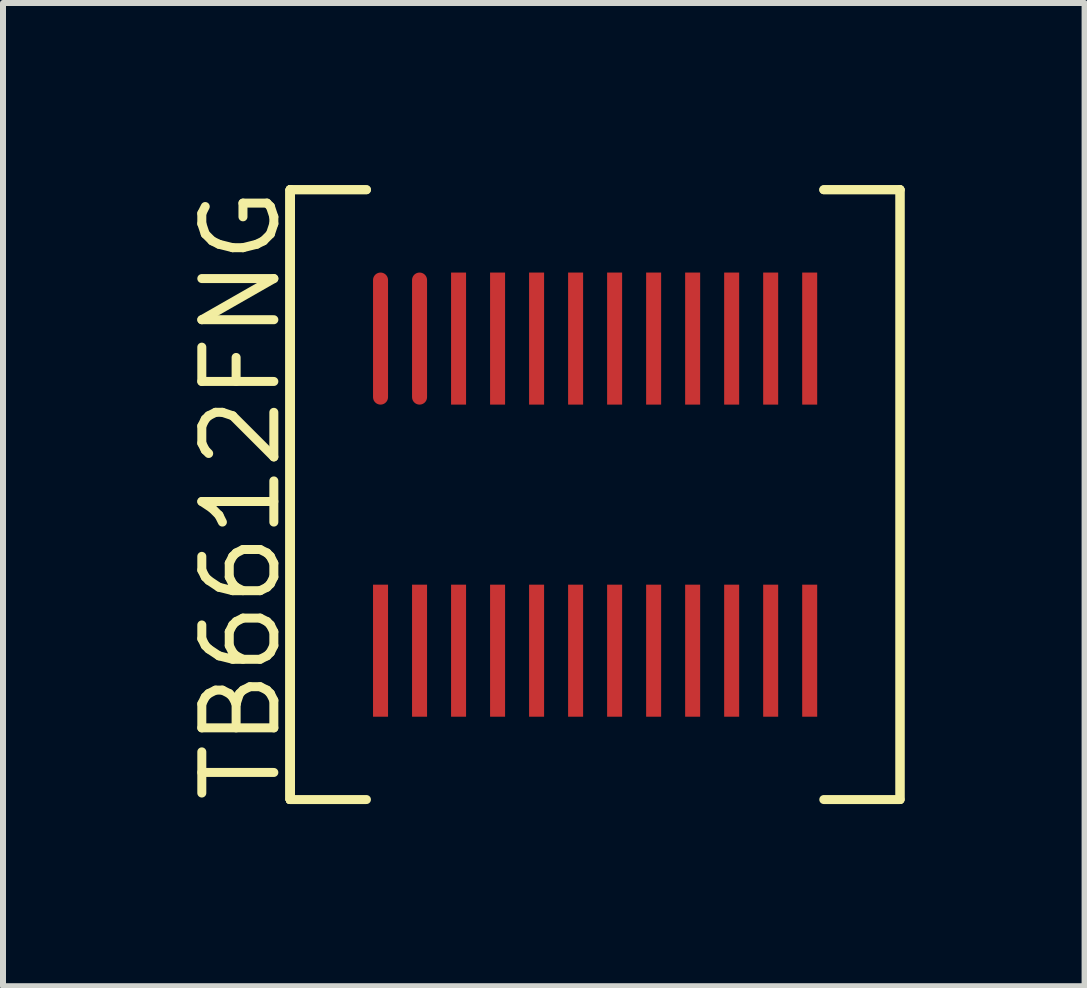
<source format=kicad_pcb>
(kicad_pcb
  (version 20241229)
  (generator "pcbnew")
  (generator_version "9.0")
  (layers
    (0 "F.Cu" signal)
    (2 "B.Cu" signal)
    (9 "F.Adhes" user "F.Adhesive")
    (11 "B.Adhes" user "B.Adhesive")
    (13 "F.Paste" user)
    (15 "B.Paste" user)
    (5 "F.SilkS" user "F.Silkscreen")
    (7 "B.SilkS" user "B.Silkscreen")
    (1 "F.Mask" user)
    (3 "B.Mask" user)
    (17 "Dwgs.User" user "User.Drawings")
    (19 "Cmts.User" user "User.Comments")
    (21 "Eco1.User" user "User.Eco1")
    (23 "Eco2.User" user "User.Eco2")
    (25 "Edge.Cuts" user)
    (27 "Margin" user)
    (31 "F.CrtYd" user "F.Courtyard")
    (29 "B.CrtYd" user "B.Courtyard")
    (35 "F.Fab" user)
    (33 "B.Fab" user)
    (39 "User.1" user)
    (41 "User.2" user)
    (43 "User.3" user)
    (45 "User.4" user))
  (footprint "TB6612FNG"
    (layer "F.Cu")
    (at 6.865 5.191)
    (property "Reference" "TB6612FNG" (at -5.9 0 90) (layer "F.SilkS") (effects (font (size 1.2 1.2) (thickness 0.15))))
    (attr through_hole)
    (fp_line (start -5.08 -5.08) (end -5.08 5.08) (stroke (width 0.15) (type solid)) (layer "F.SilkS"))
    (fp_line (start -5.08 -5.08) (end -5.08 5.08) (stroke (width 0.15) (type solid)) (layer "F.SilkS"))
    (fp_line (start -5.08 -5.08) (end -5.08 5.08) (stroke (width 0.15) (type solid)) (layer "F.SilkS"))
    (fp_line (start -5.08 -5.08) (end -5.08 5.08) (stroke (width 0.15) (type solid)) (layer "F.SilkS"))
    (fp_line (start -5.08 5.08) (end -5.08 -5.08) (stroke (width 0.15) (type solid)) (layer "F.SilkS"))
    (fp_line (start -5.08 5.08) (end -5.08 -5.08) (stroke (width 0.15) (type solid)) (layer "F.SilkS"))
    (fp_line (start -5.08 5.08) (end -5.08 -5.08) (stroke (width 0.15) (type solid)) (layer "F.SilkS"))
    (fp_line (start -3.81 -5.08) (end -5.08 -5.08) (stroke (width 0.15) (type solid)) (layer "F.SilkS"))
    (fp_line (start -3.81 -5.08) (end -5.08 -5.08) (stroke (width 0.15) (type solid)) (layer "F.SilkS"))
    (fp_line (start -3.81 5.08) (end -5.08 5.08) (stroke (width 0.15) (type solid)) (layer "F.SilkS"))
    (fp_line (start 3.81 -5.08) (end 5.08 -5.08) (stroke (width 0.15) (type solid)) (layer "F.SilkS"))
    (fp_line (start 3.81 5.08) (end 5.08 5.08) (stroke (width 0.15) (type solid)) (layer "F.SilkS"))
    (fp_line (start 5.08 -5.08) (end 3.81 -5.08) (stroke (width 0.15) (type solid)) (layer "F.SilkS"))
    (fp_line (start 5.08 -5.08) (end 5.08 5.08) (stroke (width 0.15) (type solid)) (layer "F.SilkS"))
    (fp_line (start 5.08 5.08) (end 5.08 -5.08) (stroke (width 0.15) (type solid)) (layer "F.SilkS"))
    (pad "1" smd rect (at -3.575 2.6) (size 0.25 2.2) (layers "F.Cu" "F.Mask" "F.Paste"))
    (pad "2" smd rect (at -2.925 2.6) (size 0.25 2.2) (layers "F.Cu" "F.Mask" "F.Paste"))
    (pad "3" smd rect (at -2.275 2.6) (size 0.25 2.2) (layers "F.Cu" "F.Mask" "F.Paste"))
    (pad "4" smd rect (at -1.625 2.6) (size 0.25 2.2) (layers "F.Cu" "F.Mask" "F.Paste"))
    (pad "5" smd rect (at -0.975 2.6) (size 0.25 2.2) (layers "F.Cu" "F.Mask" "F.Paste"))
    (pad "6" smd rect (at -0.325 2.6) (size 0.25 2.2) (layers "F.Cu" "F.Mask" "F.Paste"))
    (pad "7" smd rect (at 0.325 2.6) (size 0.25 2.2) (layers "F.Cu" "F.Mask" "F.Paste"))
    (pad "8" smd rect (at 0.975 2.6) (size 0.25 2.2) (layers "F.Cu" "F.Mask" "F.Paste"))
    (pad "9" smd rect (at 1.625 2.6) (size 0.25 2.2) (layers "F.Cu" "F.Mask" "F.Paste"))
    (pad "10" smd rect (at 2.275 2.6) (size 0.25 2.2) (layers "F.Cu" "F.Mask" "F.Paste"))
    (pad "11" smd rect (at 2.925 2.6) (size 0.25 2.2) (layers "F.Cu" "F.Mask" "F.Paste"))
    (pad "12" smd rect (at 3.575 2.6) (size 0.25 2.2) (layers "F.Cu" "F.Mask" "F.Paste"))
    (pad "13" smd rect (at 3.575 -2.6) (size 0.25 2.2) (layers "F.Cu" "F.Mask" "F.Paste"))
    (pad "14" smd rect (at 2.925 -2.6) (size 0.25 2.2) (layers "F.Cu" "F.Mask" "F.Paste"))
    (pad "15" smd rect (at 2.275 -2.6) (size 0.25 2.2) (layers "F.Cu" "F.Mask" "F.Paste"))
    (pad "16" smd rect (at 1.625 -2.6) (size 0.25 2.2) (layers "F.Cu" "F.Mask" "F.Paste"))
    (pad "17" smd rect (at 0.975 -2.6) (size 0.25 2.2) (layers "F.Cu" "F.Mask" "F.Paste"))
    (pad "18" smd rect (at 0.325 -2.6) (size 0.25 2.2) (layers "F.Cu" "F.Mask" "F.Paste"))
    (pad "19" smd rect (at -0.325 -2.6) (size 0.25 2.2) (layers "F.Cu" "F.Mask" "F.Paste"))
    (pad "20" smd rect (at -0.975 -2.6) (size 0.25 2.2) (layers "F.Cu" "F.Mask" "F.Paste"))
    (pad "21" smd rect (at -1.625 -2.6) (size 0.25 2.2) (layers "F.Cu" "F.Mask" "F.Paste"))
    (pad "22" smd rect (at -2.275 -2.6) (size 0.25 2.2) (layers "F.Cu" "F.Mask" "F.Paste"))
    (pad "23" smd oval (at -2.925 -2.6) (size 0.25 2.2) (layers "F.Cu" "F.Mask" "F.Paste"))
    (pad "24" smd oval (at -3.575 -2.6) (size 0.25 2.2) (layers "F.Cu" "F.Mask" "F.Paste")))
  (gr_rect
    (start -3 -3)
    (end 15.02 13.381)
    (stroke (width 0.1) (type default))
    (fill no)
    (layer "Edge.Cuts")))
</source>
